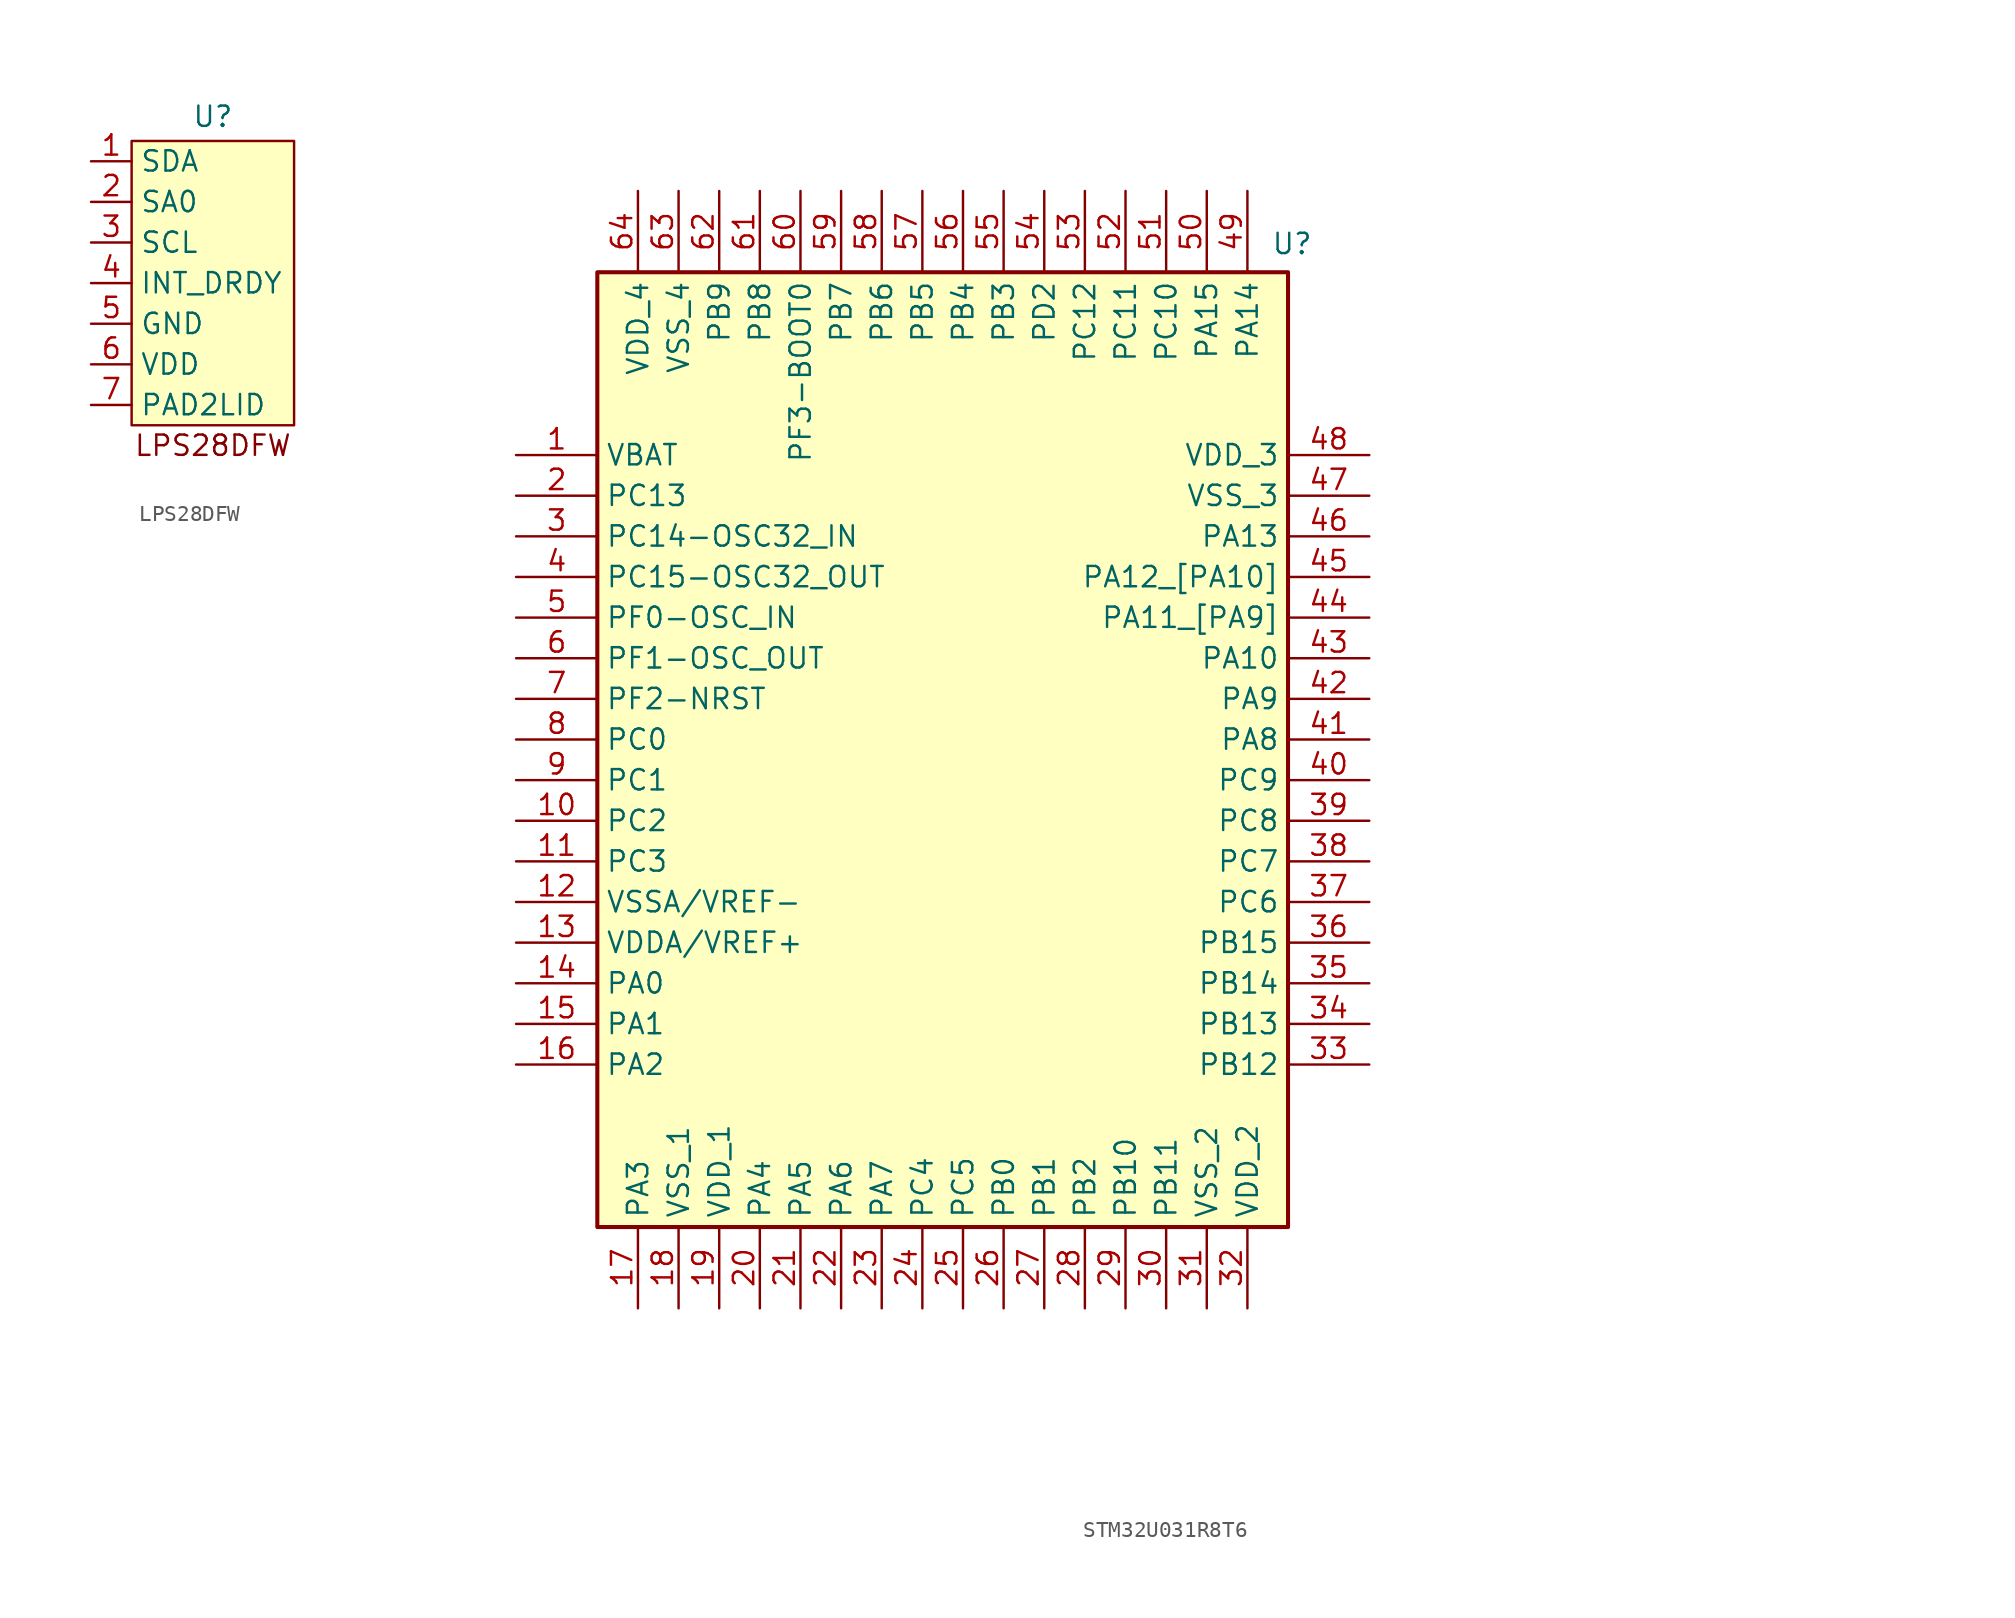
<source format=kicad_sym>
(kicad_symbol_lib
  (version 20231120)
  (generator "kicad_symbol_editor")
  (generator_version "8.0")
  (symbol "LPS28DFW"
    (property "Reference" "U"
      (at 0 1.524 0)
      (effects (font (size 1.27 1.27))))
    (property "Value" ""
      (at -5.08 0 0)
      (effects (font (size 1.27 1.27))))
    (symbol "LPS28DFW_1_1"
      (rectangle (start -5.08 0) (end 5.08 -17.78) (stroke (width 0) (type default)) (fill (type background)))
      (text "LPS28DFW" (at 0 -19.05 0) (effects (font (size 1.27 1.27))))
      (pin bidirectional line (at -7.62 -1.27 0) (length 2.54) (name "SDA" (effects (font (size 1.27 1.27)))) (number "1" (effects (font (size 1.27 1.27)))))
      (pin input line (at -7.62 -3.81 0) (length 2.54) (name "SA0" (effects (font (size 1.27 1.27)))) (number "2" (effects (font (size 1.27 1.27)))))
      (pin input line (at -7.62 -6.35 0) (length 2.54) (name "SCL" (effects (font (size 1.27 1.27)))) (number "3" (effects (font (size 1.27 1.27)))))
      (pin output line (at -7.62 -8.89 0) (length 2.54) (name "INT_DRDY" (effects (font (size 1.27 1.27)))) (number "4" (effects (font (size 1.27 1.27)))))
      (pin bidirectional line (at -7.62 -11.43 0) (length 2.54) (name "GND" (effects (font (size 1.27 1.27)))) (number "5" (effects (font (size 1.27 1.27)))))
      (pin power_in line (at -7.62 -13.97 0) (length 2.54) (name "VDD" (effects (font (size 1.27 1.27)))) (number "6" (effects (font (size 1.27 1.27)))))
      (pin bidirectional line (at -7.62 -16.51 0) (length 2.54) (name "PAD2LID" (effects (font (size 1.27 1.27)))) (number "7" (effects (font (size 1.27 1.27)))))))
  (symbol "STM32U031R8T6"
    (property "Reference" "U"
      (at 21.844 30.988 0)
      (effects (font (size 1.27 1.27))))
    (property "Value" ""
      (at 54.61 -40.64 0)
      (effects (font (size 1.27 1.27))))
    (symbol "STM32U031R8T6_1_1"
      (rectangle (start -21.59 29.21) (end 21.59 -30.48) (stroke (width 0.254) (type default)) (fill (type background)))
      (pin passive line (at -26.67 17.78 0) (length 5.08) (name "VBAT" (effects (font (size 1.27 1.27)))) (number "1" (effects (font (size 1.27 1.27)))))
      (pin passive line (at -26.67 -5.08 0) (length 5.08) (name "PC2" (effects (font (size 1.27 1.27)))) (number "10" (effects (font (size 1.27 1.27)))))
      (pin passive line (at -26.67 -7.62 0) (length 5.08) (name "PC3" (effects (font (size 1.27 1.27)))) (number "11" (effects (font (size 1.27 1.27)))))
      (pin passive line (at -26.67 -10.16 0) (length 5.08) (name "VSSA/VREF-" (effects (font (size 1.27 1.27)))) (number "12" (effects (font (size 1.27 1.27)))))
      (pin passive line (at -26.67 -12.7 0) (length 5.08) (name "VDDA/VREF+" (effects (font (size 1.27 1.27)))) (number "13" (effects (font (size 1.27 1.27)))))
      (pin passive line (at -26.67 -15.24 0) (length 5.08) (name "PA0" (effects (font (size 1.27 1.27)))) (number "14" (effects (font (size 1.27 1.27)))))
      (pin passive line (at -26.67 -17.78 0) (length 5.08) (name "PA1" (effects (font (size 1.27 1.27)))) (number "15" (effects (font (size 1.27 1.27)))))
      (pin passive line (at -26.67 -20.32 0) (length 5.08) (name "PA2" (effects (font (size 1.27 1.27)))) (number "16" (effects (font (size 1.27 1.27)))))
      (pin passive line (at -19.05 -35.56 90) (length 5.08) (name "PA3" (effects (font (size 1.27 1.27)))) (number "17" (effects (font (size 1.27 1.27)))))
      (pin passive line (at -16.51 -35.56 90) (length 5.08) (name "VSS_1" (effects (font (size 1.27 1.27)))) (number "18" (effects (font (size 1.27 1.27)))))
      (pin passive line (at -13.97 -35.56 90) (length 5.08) (name "VDD_1" (effects (font (size 1.27 1.27)))) (number "19" (effects (font (size 1.27 1.27)))))
      (pin passive line (at -26.67 15.24 0) (length 5.08) (name "PC13" (effects (font (size 1.27 1.27)))) (number "2" (effects (font (size 1.27 1.27)))))
      (pin passive line (at -11.43 -35.56 90) (length 5.08) (name "PA4" (effects (font (size 1.27 1.27)))) (number "20" (effects (font (size 1.27 1.27)))))
      (pin passive line (at -8.89 -35.56 90) (length 5.08) (name "PA5" (effects (font (size 1.27 1.27)))) (number "21" (effects (font (size 1.27 1.27)))))
      (pin passive line (at -6.35 -35.56 90) (length 5.08) (name "PA6" (effects (font (size 1.27 1.27)))) (number "22" (effects (font (size 1.27 1.27)))))
      (pin passive line (at -3.81 -35.56 90) (length 5.08) (name "PA7" (effects (font (size 1.27 1.27)))) (number "23" (effects (font (size 1.27 1.27)))))
      (pin passive line (at -1.27 -35.56 90) (length 5.08) (name "PC4" (effects (font (size 1.27 1.27)))) (number "24" (effects (font (size 1.27 1.27)))))
      (pin passive line (at 1.27 -35.56 90) (length 5.08) (name "PC5" (effects (font (size 1.27 1.27)))) (number "25" (effects (font (size 1.27 1.27)))))
      (pin passive line (at 3.81 -35.56 90) (length 5.08) (name "PB0" (effects (font (size 1.27 1.27)))) (number "26" (effects (font (size 1.27 1.27)))))
      (pin passive line (at 6.35 -35.56 90) (length 5.08) (name "PB1" (effects (font (size 1.27 1.27)))) (number "27" (effects (font (size 1.27 1.27)))))
      (pin passive line (at 8.89 -35.56 90) (length 5.08) (name "PB2" (effects (font (size 1.27 1.27)))) (number "28" (effects (font (size 1.27 1.27)))))
      (pin passive line (at 11.43 -35.56 90) (length 5.08) (name "PB10" (effects (font (size 1.27 1.27)))) (number "29" (effects (font (size 1.27 1.27)))))
      (pin passive line (at -26.67 12.7 0) (length 5.08) (name "PC14-OSC32_IN" (effects (font (size 1.27 1.27)))) (number "3" (effects (font (size 1.27 1.27)))))
      (pin passive line (at 13.97 -35.56 90) (length 5.08) (name "PB11" (effects (font (size 1.27 1.27)))) (number "30" (effects (font (size 1.27 1.27)))))
      (pin passive line (at 16.51 -35.56 90) (length 5.08) (name "VSS_2" (effects (font (size 1.27 1.27)))) (number "31" (effects (font (size 1.27 1.27)))))
      (pin passive line (at 19.05 -35.56 90) (length 5.08) (name "VDD_2" (effects (font (size 1.27 1.27)))) (number "32" (effects (font (size 1.27 1.27)))))
      (pin passive line (at 26.67 -20.32 180) (length 5.08) (name "PB12" (effects (font (size 1.27 1.27)))) (number "33" (effects (font (size 1.27 1.27)))))
      (pin passive line (at 26.67 -17.78 180) (length 5.08) (name "PB13" (effects (font (size 1.27 1.27)))) (number "34" (effects (font (size 1.27 1.27)))))
      (pin passive line (at 26.67 -15.24 180) (length 5.08) (name "PB14" (effects (font (size 1.27 1.27)))) (number "35" (effects (font (size 1.27 1.27)))))
      (pin passive line (at 26.67 -12.7 180) (length 5.08) (name "PB15" (effects (font (size 1.27 1.27)))) (number "36" (effects (font (size 1.27 1.27)))))
      (pin passive line (at 26.67 -10.16 180) (length 5.08) (name "PC6" (effects (font (size 1.27 1.27)))) (number "37" (effects (font (size 1.27 1.27)))))
      (pin passive line (at 26.67 -7.62 180) (length 5.08) (name "PC7" (effects (font (size 1.27 1.27)))) (number "38" (effects (font (size 1.27 1.27)))))
      (pin passive line (at 26.67 -5.08 180) (length 5.08) (name "PC8" (effects (font (size 1.27 1.27)))) (number "39" (effects (font (size 1.27 1.27)))))
      (pin passive line (at -26.67 10.16 0) (length 5.08) (name "PC15-OSC32_OUT" (effects (font (size 1.27 1.27)))) (number "4" (effects (font (size 1.27 1.27)))))
      (pin passive line (at 26.67 -2.54 180) (length 5.08) (name "PC9" (effects (font (size 1.27 1.27)))) (number "40" (effects (font (size 1.27 1.27)))))
      (pin passive line (at 26.67 0 180) (length 5.08) (name "PA8" (effects (font (size 1.27 1.27)))) (number "41" (effects (font (size 1.27 1.27)))))
      (pin passive line (at 26.67 2.54 180) (length 5.08) (name "PA9" (effects (font (size 1.27 1.27)))) (number "42" (effects (font (size 1.27 1.27)))))
      (pin passive line (at 26.67 5.08 180) (length 5.08) (name "PA10" (effects (font (size 1.27 1.27)))) (number "43" (effects (font (size 1.27 1.27)))))
      (pin passive line (at 26.67 7.62 180) (length 5.08) (name "PA11_[PA9]" (effects (font (size 1.27 1.27)))) (number "44" (effects (font (size 1.27 1.27)))))
      (pin passive line (at 26.67 10.16 180) (length 5.08) (name "PA12_[PA10]" (effects (font (size 1.27 1.27)))) (number "45" (effects (font (size 1.27 1.27)))))
      (pin passive line (at 26.67 12.7 180) (length 5.08) (name "PA13" (effects (font (size 1.27 1.27)))) (number "46" (effects (font (size 1.27 1.27)))))
      (pin passive line (at 26.67 15.24 180) (length 5.08) (name "VSS_3" (effects (font (size 1.27 1.27)))) (number "47" (effects (font (size 1.27 1.27)))))
      (pin passive line (at 26.67 17.78 180) (length 5.08) (name "VDD_3" (effects (font (size 1.27 1.27)))) (number "48" (effects (font (size 1.27 1.27)))))
      (pin passive line (at 19.05 34.29 270) (length 5.08) (name "PA14" (effects (font (size 1.27 1.27)))) (number "49" (effects (font (size 1.27 1.27)))))
      (pin passive line (at -26.67 7.62 0) (length 5.08) (name "PF0-OSC_IN" (effects (font (size 1.27 1.27)))) (number "5" (effects (font (size 1.27 1.27)))))
      (pin passive line (at 16.51 34.29 270) (length 5.08) (name "PA15" (effects (font (size 1.27 1.27)))) (number "50" (effects (font (size 1.27 1.27)))))
      (pin passive line (at 13.97 34.29 270) (length 5.08) (name "PC10" (effects (font (size 1.27 1.27)))) (number "51" (effects (font (size 1.27 1.27)))))
      (pin passive line (at 11.43 34.29 270) (length 5.08) (name "PC11" (effects (font (size 1.27 1.27)))) (number "52" (effects (font (size 1.27 1.27)))))
      (pin passive line (at 8.89 34.29 270) (length 5.08) (name "PC12" (effects (font (size 1.27 1.27)))) (number "53" (effects (font (size 1.27 1.27)))))
      (pin passive line (at 6.35 34.29 270) (length 5.08) (name "PD2" (effects (font (size 1.27 1.27)))) (number "54" (effects (font (size 1.27 1.27)))))
      (pin passive line (at 3.81 34.29 270) (length 5.08) (name "PB3" (effects (font (size 1.27 1.27)))) (number "55" (effects (font (size 1.27 1.27)))))
      (pin passive line (at 1.27 34.29 270) (length 5.08) (name "PB4" (effects (font (size 1.27 1.27)))) (number "56" (effects (font (size 1.27 1.27)))))
      (pin passive line (at -1.27 34.29 270) (length 5.08) (name "PB5" (effects (font (size 1.27 1.27)))) (number "57" (effects (font (size 1.27 1.27)))))
      (pin passive line (at -3.81 34.29 270) (length 5.08) (name "PB6" (effects (font (size 1.27 1.27)))) (number "58" (effects (font (size 1.27 1.27)))))
      (pin passive line (at -6.35 34.29 270) (length 5.08) (name "PB7" (effects (font (size 1.27 1.27)))) (number "59" (effects (font (size 1.27 1.27)))))
      (pin passive line (at -26.67 5.08 0) (length 5.08) (name "PF1-OSC_OUT" (effects (font (size 1.27 1.27)))) (number "6" (effects (font (size 1.27 1.27)))))
      (pin passive line (at -8.89 34.29 270) (length 5.08) (name "PF3-BOOT0" (effects (font (size 1.27 1.27)))) (number "60" (effects (font (size 1.27 1.27)))))
      (pin passive line (at -11.43 34.29 270) (length 5.08) (name "PB8" (effects (font (size 1.27 1.27)))) (number "61" (effects (font (size 1.27 1.27)))))
      (pin passive line (at -13.97 34.29 270) (length 5.08) (name "PB9" (effects (font (size 1.27 1.27)))) (number "62" (effects (font (size 1.27 1.27)))))
      (pin passive line (at -16.51 34.29 270) (length 5.08) (name "VSS_4" (effects (font (size 1.27 1.27)))) (number "63" (effects (font (size 1.27 1.27)))))
      (pin passive line (at -19.05 34.29 270) (length 5.08) (name "VDD_4" (effects (font (size 1.27 1.27)))) (number "64" (effects (font (size 1.27 1.27)))))
      (pin passive line (at -26.67 2.54 0) (length 5.08) (name "PF2-NRST" (effects (font (size 1.27 1.27)))) (number "7" (effects (font (size 1.27 1.27)))))
      (pin passive line (at -26.67 0 0) (length 5.08) (name "PC0" (effects (font (size 1.27 1.27)))) (number "8" (effects (font (size 1.27 1.27)))))
      (pin passive line (at -26.67 -2.54 0) (length 5.08) (name "PC1" (effects (font (size 1.27 1.27)))) (number "9" (effects (font (size 1.27 1.27))))))))
</source>
